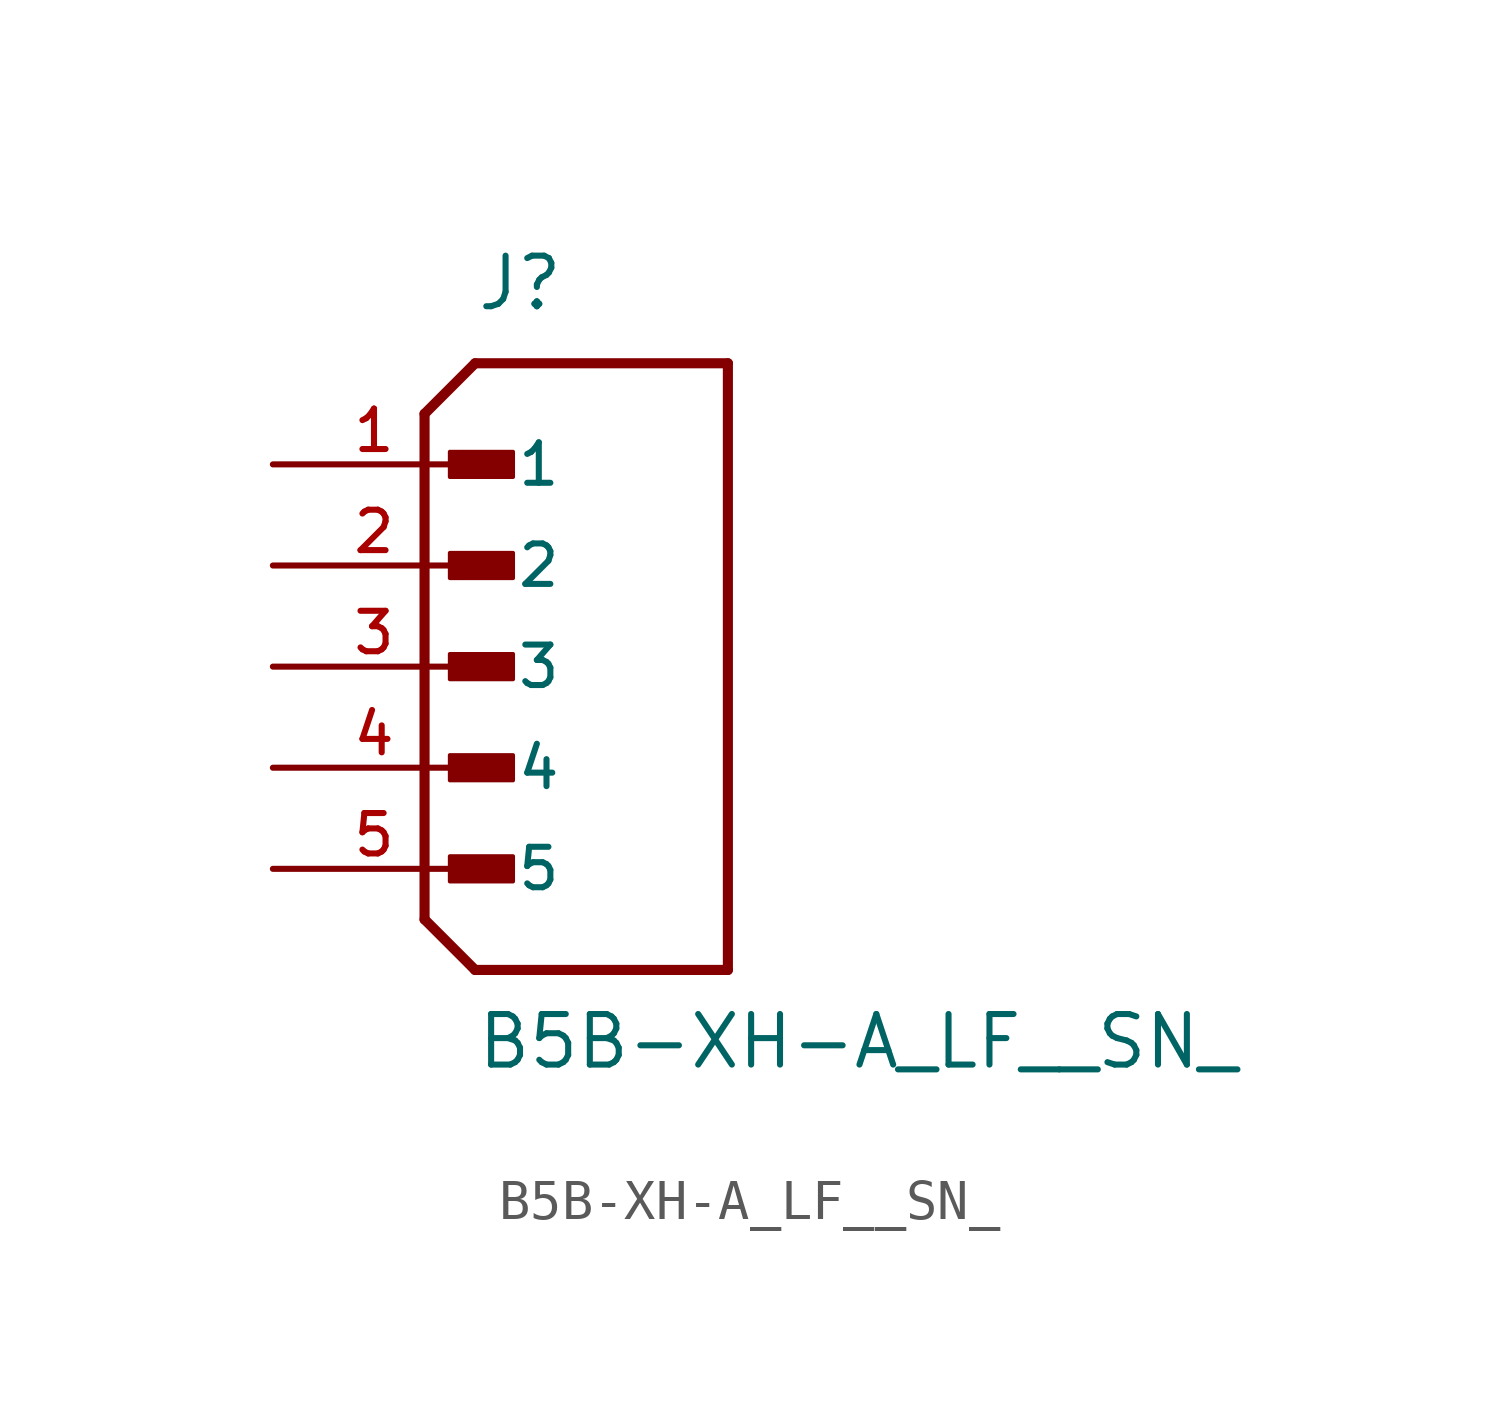
<source format=kicad_sym>
(kicad_symbol_lib
  (version 20211014)
  (generator kicad_symbol_editor)
  (symbol "B5B-XH-A_LF__SN_"
    (pin_names
      (offset 1.016))
    (property "Reference" "J"
      (at -2.54 8.89 0)
      (effects (font (size 1.27 1.27)) (justify bottom left)))
    (property "Value" "B5B-XH-A_LF__SN_"
      (at -2.54 -10.16 0)
      (effects (font (size 1.27 1.27)) (justify bottom left)))
    (symbol "B5B-XH-A_LF__SN__0_0"
      (polyline (pts (xy -3.81 6.35) (xy -2.54 7.62)) (stroke (width 0.254)))
      (polyline (pts (xy -3.81 6.35) (xy -3.81 -6.35)) (stroke (width 0.254)))
      (polyline (pts (xy -3.81 -6.35) (xy -2.54 -7.62)) (stroke (width 0.254)))
      (polyline (pts (xy -2.54 -7.62) (xy 3.81 -7.62)) (stroke (width 0.254)))
      (polyline (pts (xy 3.81 -7.62) (xy 3.81 7.62)) (stroke (width 0.254)))
      (polyline (pts (xy 3.81 7.62) (xy -2.54 7.62)) (stroke (width 0.254)))
      (rectangle (start -3.175 4.763) (end -1.587 5.397) (stroke (width 0.1)) (fill (type outline)))
      (rectangle (start -3.175 2.223) (end -1.587 2.857) (stroke (width 0.1)) (fill (type outline)))
      (rectangle (start -3.175 -0.318) (end -1.587 0.318) (stroke (width 0.1)) (fill (type outline)))
      (rectangle (start -3.175 -2.857) (end -1.587 -2.223) (stroke (width 0.1)) (fill (type outline)))
      (rectangle (start -3.175 -5.397) (end -1.587 -4.763) (stroke (width 0.1)) (fill (type outline)))
      (pin passive line (at -7.62 5.08 0) (length 5.08) (name "1" (effects (font (size 1.016 1.016)))) (number "1" (effects (font (size 1.016 1.016)))))
      (pin passive line (at -7.62 2.54 0) (length 5.08) (name "2" (effects (font (size 1.016 1.016)))) (number "2" (effects (font (size 1.016 1.016)))))
      (pin passive line (at -7.62 0.0 0) (length 5.08) (name "3" (effects (font (size 1.016 1.016)))) (number "3" (effects (font (size 1.016 1.016)))))
      (pin passive line (at -7.62 -2.54 0) (length 5.08) (name "4" (effects (font (size 1.016 1.016)))) (number "4" (effects (font (size 1.016 1.016)))))
      (pin passive line (at -7.62 -5.08 0) (length 5.08) (name "5" (effects (font (size 1.016 1.016)))) (number "5" (effects (font (size 1.016 1.016))))))))
</source>
